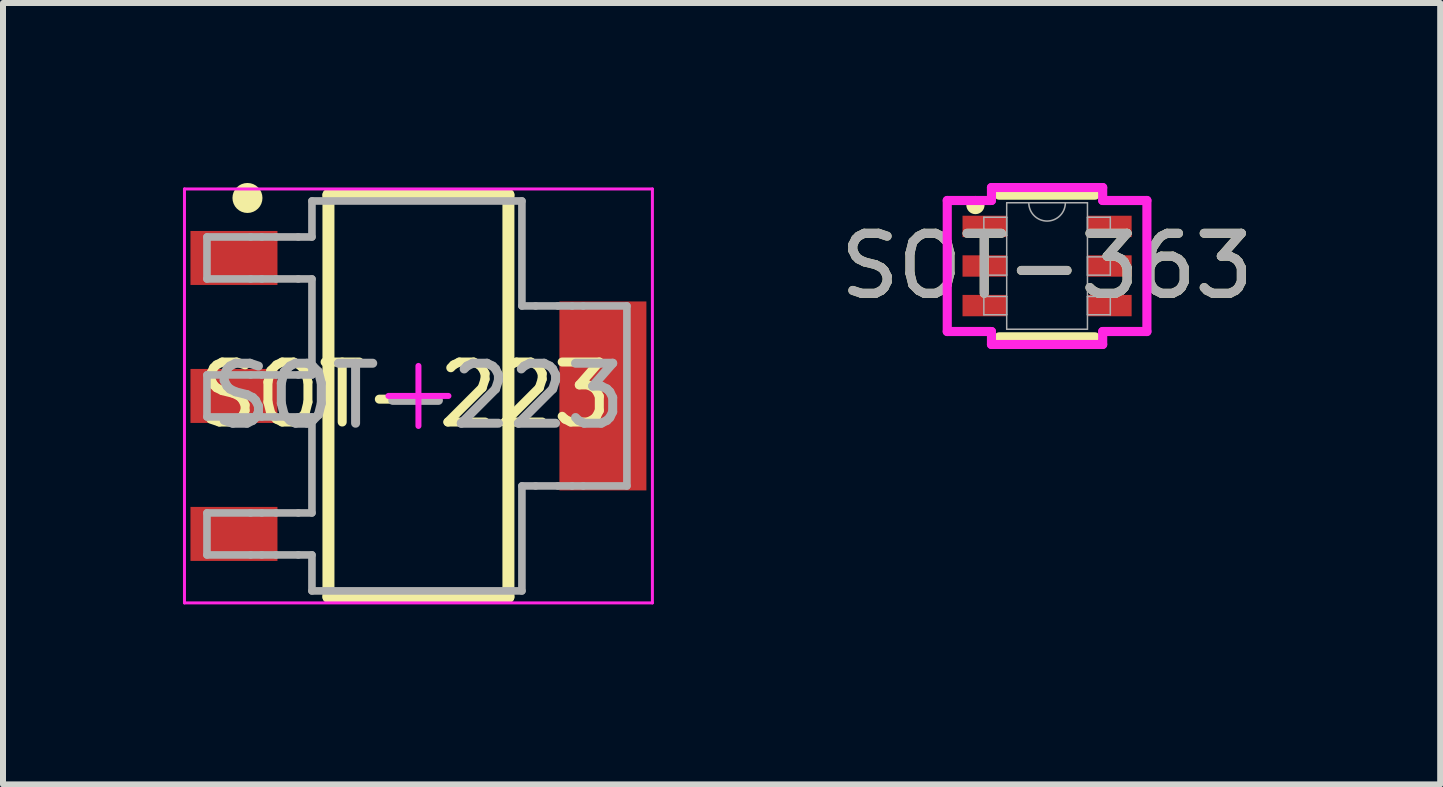
<source format=kicad_pcb>
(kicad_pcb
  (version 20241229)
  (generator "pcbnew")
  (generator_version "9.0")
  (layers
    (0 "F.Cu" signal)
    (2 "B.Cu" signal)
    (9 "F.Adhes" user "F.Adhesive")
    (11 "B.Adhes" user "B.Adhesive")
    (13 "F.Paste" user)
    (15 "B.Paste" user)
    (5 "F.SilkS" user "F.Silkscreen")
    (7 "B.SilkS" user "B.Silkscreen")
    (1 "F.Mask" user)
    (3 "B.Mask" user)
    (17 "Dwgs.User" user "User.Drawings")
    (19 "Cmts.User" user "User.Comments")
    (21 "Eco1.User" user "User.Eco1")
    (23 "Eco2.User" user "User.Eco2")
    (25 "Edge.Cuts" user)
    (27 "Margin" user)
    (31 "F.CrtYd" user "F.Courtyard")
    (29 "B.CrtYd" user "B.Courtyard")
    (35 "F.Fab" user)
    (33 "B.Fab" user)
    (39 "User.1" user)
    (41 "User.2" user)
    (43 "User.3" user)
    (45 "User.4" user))
  (footprint "SOT-223"
    (layer "F.Cu")
    (at 3.702 3.53)
    (property "Reference" "SOT-223" (at 0 0 0) (unlocked yes) (layer "F.SilkS") (effects (font (size 1 1) (thickness 0.15))))
    (attr smd)
    (fp_line (start -1.277 -3.33) (end 1.723 -3.33) (stroke (width 0.2) (type solid)) (layer "F.SilkS"))
    (fp_line (start -1.277 3.37) (end -1.277 -3.33) (stroke (width 0.2) (type solid)) (layer "F.SilkS"))
    (fp_line (start -1.277 3.37) (end 1.723 3.37) (stroke (width 0.2) (type solid)) (layer "F.SilkS"))
    (fp_line (start 1.723 3.37) (end 1.723 -3.33) (stroke (width 0.2) (type solid)) (layer "F.SilkS"))
    (fp_circle (center -2.627 -3.28) (end -2.502 -3.28) (stroke (width 0.25) (type solid)) (fill no) (layer "F.SilkS"))
    (fp_line (start -3.677 -3.43) (end 4.123 -3.43) (stroke (width 0.05) (type solid)) (layer "F.CrtYd"))
    (fp_line (start -3.677 3.47) (end -3.677 -3.43) (stroke (width 0.05) (type solid)) (layer "F.CrtYd"))
    (fp_line (start -3.677 3.47) (end 4.123 3.47) (stroke (width 0.05) (type solid)) (layer "F.CrtYd"))
    (fp_line (start -0.277 0.02) (end 0.723 0.02) (stroke (width 0.1) (type solid)) (layer "F.CrtYd"))
    (fp_line (start 0.223 0.52) (end 0.223 -0.48) (stroke (width 0.1) (type solid)) (layer "F.CrtYd"))
    (fp_line (start 4.123 3.47) (end 4.123 -3.43) (stroke (width 0.05) (type solid)) (layer "F.CrtYd"))
    (fp_line (start -3.302 -2.63) (end -2.574 -2.63) (stroke (width 0.127) (type solid)) (layer "F.Fab"))
    (fp_line (start -3.302 -1.93) (end -3.302 -2.63) (stroke (width 0.127) (type solid)) (layer "F.Fab"))
    (fp_line (start -3.302 -1.93) (end -2.574 -1.93) (stroke (width 0.127) (type solid)) (layer "F.Fab"))
    (fp_line (start -3.302 -0.33) (end -2.574 -0.33) (stroke (width 0.127) (type solid)) (layer "F.Fab"))
    (fp_line (start -3.302 0.37) (end -3.302 -0.33) (stroke (width 0.127) (type solid)) (layer "F.Fab"))
    (fp_line (start -3.302 0.37) (end -2.574 0.37) (stroke (width 0.127) (type solid)) (layer "F.Fab"))
    (fp_line (start -3.302 1.97) (end -2.574 1.97) (stroke (width 0.127) (type solid)) (layer "F.Fab"))
    (fp_line (start -3.302 2.67) (end -3.302 1.97) (stroke (width 0.127) (type solid)) (layer "F.Fab"))
    (fp_line (start -3.302 2.67) (end -2.574 2.67) (stroke (width 0.127) (type solid)) (layer "F.Fab"))
    (fp_line (start -2.574 -2.63) (end -2.389 -2.63) (stroke (width 0.127) (type solid)) (layer "F.Fab"))
    (fp_line (start -2.574 -1.93) (end -2.389 -1.93) (stroke (width 0.127) (type solid)) (layer "F.Fab"))
    (fp_line (start -2.574 -0.33) (end -2.389 -0.33) (stroke (width 0.127) (type solid)) (layer "F.Fab"))
    (fp_line (start -2.574 0.37) (end -2.389 0.37) (stroke (width 0.127) (type solid)) (layer "F.Fab"))
    (fp_line (start -2.574 1.97) (end -2.389 1.97) (stroke (width 0.127) (type solid)) (layer "F.Fab"))
    (fp_line (start -2.574 2.67) (end -2.389 2.67) (stroke (width 0.127) (type solid)) (layer "F.Fab"))
    (fp_line (start -2.389 -2.63) (end -2.151 -2.63) (stroke (width 0.127) (type solid)) (layer "F.Fab"))
    (fp_line (start -2.389 -1.93) (end -2.151 -1.93) (stroke (width 0.127) (type solid)) (layer "F.Fab"))
    (fp_line (start -2.389 -0.33) (end -2.151 -0.33) (stroke (width 0.127) (type solid)) (layer "F.Fab"))
    (fp_line (start -2.389 0.37) (end -2.151 0.37) (stroke (width 0.127) (type solid)) (layer "F.Fab"))
    (fp_line (start -2.389 1.97) (end -2.151 1.97) (stroke (width 0.127) (type solid)) (layer "F.Fab"))
    (fp_line (start -2.389 2.67) (end -2.151 2.67) (stroke (width 0.127) (type solid)) (layer "F.Fab"))
    (fp_line (start -2.151 -2.63) (end -1.78 -2.63) (stroke (width 0.127) (type solid)) (layer "F.Fab"))
    (fp_line (start -2.151 -1.93) (end -1.78 -1.93) (stroke (width 0.127) (type solid)) (layer "F.Fab"))
    (fp_line (start -2.151 -0.33) (end -1.78 -0.33) (stroke (width 0.127) (type solid)) (layer "F.Fab"))
    (fp_line (start -2.151 0.37) (end -1.78 0.37) (stroke (width 0.127) (type solid)) (layer "F.Fab"))
    (fp_line (start -2.151 1.97) (end -1.78 1.97) (stroke (width 0.127) (type solid)) (layer "F.Fab"))
    (fp_line (start -2.151 2.67) (end -1.78 2.67) (stroke (width 0.127) (type solid)) (layer "F.Fab"))
    (fp_line (start -1.78 -2.63) (end -1.552 -2.63) (stroke (width 0.127) (type solid)) (layer "F.Fab"))
    (fp_line (start -1.78 -1.93) (end -1.552 -1.93) (stroke (width 0.127) (type solid)) (layer "F.Fab"))
    (fp_line (start -1.78 -0.33) (end -1.552 -0.33) (stroke (width 0.127) (type solid)) (layer "F.Fab"))
    (fp_line (start -1.78 0.37) (end -1.552 0.37) (stroke (width 0.127) (type solid)) (layer "F.Fab"))
    (fp_line (start -1.78 1.97) (end -1.552 1.97) (stroke (width 0.127) (type solid)) (layer "F.Fab"))
    (fp_line (start -1.78 2.67) (end -1.552 2.67) (stroke (width 0.127) (type solid)) (layer "F.Fab"))
    (fp_line (start -1.552 -3.23) (end 1.948 -3.23) (stroke (width 0.127) (type solid)) (layer "F.Fab"))
    (fp_line (start -1.552 -2.63) (end -1.552 -3.23) (stroke (width 0.127) (type solid)) (layer "F.Fab"))
    (fp_line (start -1.552 -0.33) (end -1.552 -1.93) (stroke (width 0.127) (type solid)) (layer "F.Fab"))
    (fp_line (start -1.552 1.97) (end -1.552 0.37) (stroke (width 0.127) (type solid)) (layer "F.Fab"))
    (fp_line (start -1.552 3.27) (end -1.552 2.67) (stroke (width 0.127) (type solid)) (layer "F.Fab"))
    (fp_line (start -1.552 3.27) (end 1.948 3.27) (stroke (width 0.127) (type solid)) (layer "F.Fab"))
    (fp_line (start 1.948 -1.48) (end 1.948 -3.23) (stroke (width 0.127) (type solid)) (layer "F.Fab"))
    (fp_line (start 1.948 -1.48) (end 2.176 -1.48) (stroke (width 0.127) (type solid)) (layer "F.Fab"))
    (fp_line (start 1.948 1.52) (end 2.176 1.52) (stroke (width 0.127) (type solid)) (layer "F.Fab"))
    (fp_line (start 1.948 3.27) (end 1.948 1.52) (stroke (width 0.127) (type solid)) (layer "F.Fab"))
    (fp_line (start 2.176 -1.48) (end 2.547 -1.48) (stroke (width 0.127) (type solid)) (layer "F.Fab"))
    (fp_line (start 2.176 1.52) (end 2.547 1.52) (stroke (width 0.127) (type solid)) (layer "F.Fab"))
    (fp_line (start 2.547 -1.48) (end 2.785 -1.48) (stroke (width 0.127) (type solid)) (layer "F.Fab"))
    (fp_line (start 2.547 1.52) (end 2.785 1.52) (stroke (width 0.127) (type solid)) (layer "F.Fab"))
    (fp_line (start 2.785 -1.48) (end 2.97 -1.48) (stroke (width 0.127) (type solid)) (layer "F.Fab"))
    (fp_line (start 2.785 1.52) (end 2.97 1.52) (stroke (width 0.127) (type solid)) (layer "F.Fab"))
    (fp_line (start 2.97 -1.48) (end 3.698 -1.48) (stroke (width 0.127) (type solid)) (layer "F.Fab"))
    (fp_line (start 2.97 1.52) (end 3.698 1.52) (stroke (width 0.127) (type solid)) (layer "F.Fab"))
    (fp_line (start 3.698 1.52) (end 3.698 -1.48) (stroke (width 0.127) (type solid)) (layer "F.Fab"))
    (fp_text user "${REFERENCE}" (at 0.223 0.02 0) (unlocked yes) (layer "F.Fab") (effects (font (size 1 1) (thickness 0.15))))
    (pad "1" smd rect (at -2.852 -2.28 90) (size 0.9 1.45) (layers "F.Cu" "F.Mask" "F.Paste"))
    (pad "2" smd rect (at -2.852 0.02 90) (size 0.9 1.45) (layers "F.Cu" "F.Mask" "F.Paste"))
    (pad "3" smd rect (at -2.852 2.32 90) (size 0.9 1.45) (layers "F.Cu" "F.Mask" "F.Paste"))
    (pad "4" smd rect (at 3.298 0.02 90) (size 3.15 1.45) (layers "F.Cu" "F.Mask" "F.Paste")))
  (footprint "SOT-363"
    (layer "F.Cu")
    (at 14.404 1.384)
    (property "Reference" "SOT-363" (at 0 0 0) (unlocked yes) (layer "F.SilkS") (effects (font (size 1 1) (thickness 0.15))))
    (attr smd)
    (fp_line (start -0.8 1.181) (end 0.8 1.181) (stroke (width 0.152) (type solid)) (layer "F.SilkS"))
    (fp_line (start 0.8 -1.181) (end -0.8 -1.181) (stroke (width 0.152) (type solid)) (layer "F.SilkS"))
    (fp_circle (center -1.194 -1.016) (end -1.118 -1.016) (stroke (width 0.152) (type solid)) (fill no) (layer "F.SilkS"))
    (fp_line (start -1.664 -1.092) (end -0.927 -1.092) (stroke (width 0.152) (type solid)) (layer "F.CrtYd"))
    (fp_line (start -1.664 1.092) (end -1.664 -1.092) (stroke (width 0.152) (type solid)) (layer "F.CrtYd"))
    (fp_line (start -1.664 1.092) (end -0.927 1.092) (stroke (width 0.152) (type solid)) (layer "F.CrtYd"))
    (fp_line (start -0.927 -1.308) (end 0.927 -1.308) (stroke (width 0.152) (type solid)) (layer "F.CrtYd"))
    (fp_line (start -0.927 -1.092) (end -0.927 -1.308) (stroke (width 0.152) (type solid)) (layer "F.CrtYd"))
    (fp_line (start -0.927 1.308) (end -0.927 1.092) (stroke (width 0.152) (type solid)) (layer "F.CrtYd"))
    (fp_line (start 0.927 -1.308) (end 0.927 -1.092) (stroke (width 0.152) (type solid)) (layer "F.CrtYd"))
    (fp_line (start 0.927 1.092) (end 0.927 1.308) (stroke (width 0.152) (type solid)) (layer "F.CrtYd"))
    (fp_line (start 0.927 1.308) (end -0.927 1.308) (stroke (width 0.152) (type solid)) (layer "F.CrtYd"))
    (fp_line (start 1.664 -1.092) (end 0.927 -1.092) (stroke (width 0.152) (type solid)) (layer "F.CrtYd"))
    (fp_line (start 1.664 -1.092) (end 1.664 1.092) (stroke (width 0.152) (type solid)) (layer "F.CrtYd"))
    (fp_line (start 1.664 1.092) (end 0.927 1.092) (stroke (width 0.152) (type solid)) (layer "F.CrtYd"))
    (fp_line (start -1.054 -0.813) (end -1.054 -0.508) (stroke (width 0.025) (type solid)) (layer "F.Fab"))
    (fp_line (start -1.054 -0.508) (end -0.673 -0.508) (stroke (width 0.025) (type solid)) (layer "F.Fab"))
    (fp_line (start -1.054 -0.152) (end -1.054 0.152) (stroke (width 0.025) (type solid)) (layer "F.Fab"))
    (fp_line (start -1.054 0.152) (end -0.673 0.152) (stroke (width 0.025) (type solid)) (layer "F.Fab"))
    (fp_line (start -1.054 0.508) (end -1.054 0.813) (stroke (width 0.025) (type solid)) (layer "F.Fab"))
    (fp_line (start -1.054 0.813) (end -0.673 0.813) (stroke (width 0.025) (type solid)) (layer "F.Fab"))
    (fp_line (start -0.673 -1.054) (end -0.673 1.054) (stroke (width 0.025) (type solid)) (layer "F.Fab"))
    (fp_line (start -0.673 -0.813) (end -1.054 -0.813) (stroke (width 0.025) (type solid)) (layer "F.Fab"))
    (fp_line (start -0.673 -0.508) (end -0.673 -0.813) (stroke (width 0.025) (type solid)) (layer "F.Fab"))
    (fp_line (start -0.673 -0.152) (end -1.054 -0.152) (stroke (width 0.025) (type solid)) (layer "F.Fab"))
    (fp_line (start -0.673 0.152) (end -0.673 -0.152) (stroke (width 0.025) (type solid)) (layer "F.Fab"))
    (fp_line (start -0.673 0.508) (end -1.054 0.508) (stroke (width 0.025) (type solid)) (layer "F.Fab"))
    (fp_line (start -0.673 0.813) (end -0.673 0.508) (stroke (width 0.025) (type solid)) (layer "F.Fab"))
    (fp_line (start -0.673 1.054) (end 0.673 1.054) (stroke (width 0.025) (type solid)) (layer "F.Fab"))
    (fp_line (start 0.673 -1.054) (end -0.673 -1.054) (stroke (width 0.025) (type solid)) (layer "F.Fab"))
    (fp_line (start 0.673 -0.813) (end 0.673 -0.508) (stroke (width 0.025) (type solid)) (layer "F.Fab"))
    (fp_line (start 0.673 -0.508) (end 1.054 -0.508) (stroke (width 0.025) (type solid)) (layer "F.Fab"))
    (fp_line (start 0.673 -0.152) (end 0.673 0.152) (stroke (width 0.025) (type solid)) (layer "F.Fab"))
    (fp_line (start 0.673 0.152) (end 1.054 0.152) (stroke (width 0.025) (type solid)) (layer "F.Fab"))
    (fp_line (start 0.673 0.508) (end 0.673 0.813) (stroke (width 0.025) (type solid)) (layer "F.Fab"))
    (fp_line (start 0.673 0.813) (end 1.054 0.813) (stroke (width 0.025) (type solid)) (layer "F.Fab"))
    (fp_line (start 0.673 1.054) (end 0.673 -1.054) (stroke (width 0.025) (type solid)) (layer "F.Fab"))
    (fp_line (start 1.054 -0.813) (end 0.673 -0.813) (stroke (width 0.025) (type solid)) (layer "F.Fab"))
    (fp_line (start 1.054 -0.508) (end 1.054 -0.813) (stroke (width 0.025) (type solid)) (layer "F.Fab"))
    (fp_line (start 1.054 -0.152) (end 0.673 -0.152) (stroke (width 0.025) (type solid)) (layer "F.Fab"))
    (fp_line (start 1.054 0.152) (end 1.054 -0.152) (stroke (width 0.025) (type solid)) (layer "F.Fab"))
    (fp_line (start 1.054 0.508) (end 0.673 0.508) (stroke (width 0.025) (type solid)) (layer "F.Fab"))
    (fp_line (start 1.054 0.813) (end 1.054 0.508) (stroke (width 0.025) (type solid)) (layer "F.Fab"))
    (fp_arc (start 0.3048 -1.0541) (mid 0 -0.7493) (end -0.3048 -1.0541) (stroke (width 0.0254) (type solid)) (layer "F.Fab"))
    (fp_text user "${REFERENCE}" (at 0 0 0) (unlocked yes) (layer "F.Fab") (effects (font (size 1 1) (thickness 0.15))))
    (pad "1" smd rect (at -1.041 -0.66) (size 0.737 0.356) (layers "F.Cu" "F.Mask" "F.Paste"))
    (pad "2" smd rect (at -1.041 0) (size 0.737 0.356) (layers "F.Cu" "F.Mask" "F.Paste"))
    (pad "3" smd rect (at -1.041 0.66) (size 0.737 0.356) (layers "F.Cu" "F.Mask" "F.Paste"))
    (pad "4" smd rect (at 1.041 0.66) (size 0.737 0.356) (layers "F.Cu" "F.Mask" "F.Paste"))
    (pad "5" smd rect (at 1.041 0) (size 0.737 0.356) (layers "F.Cu" "F.Mask" "F.Paste"))
    (pad "6" smd rect (at 1.041 -0.66) (size 0.737 0.356) (layers "F.Cu" "F.Mask" "F.Paste")))
  (gr_rect
    (start -3 -3)
    (end 20.957 10.025)
    (stroke (width 0.1) (type default))
    (fill no)
    (layer "Edge.Cuts")))
</source>
